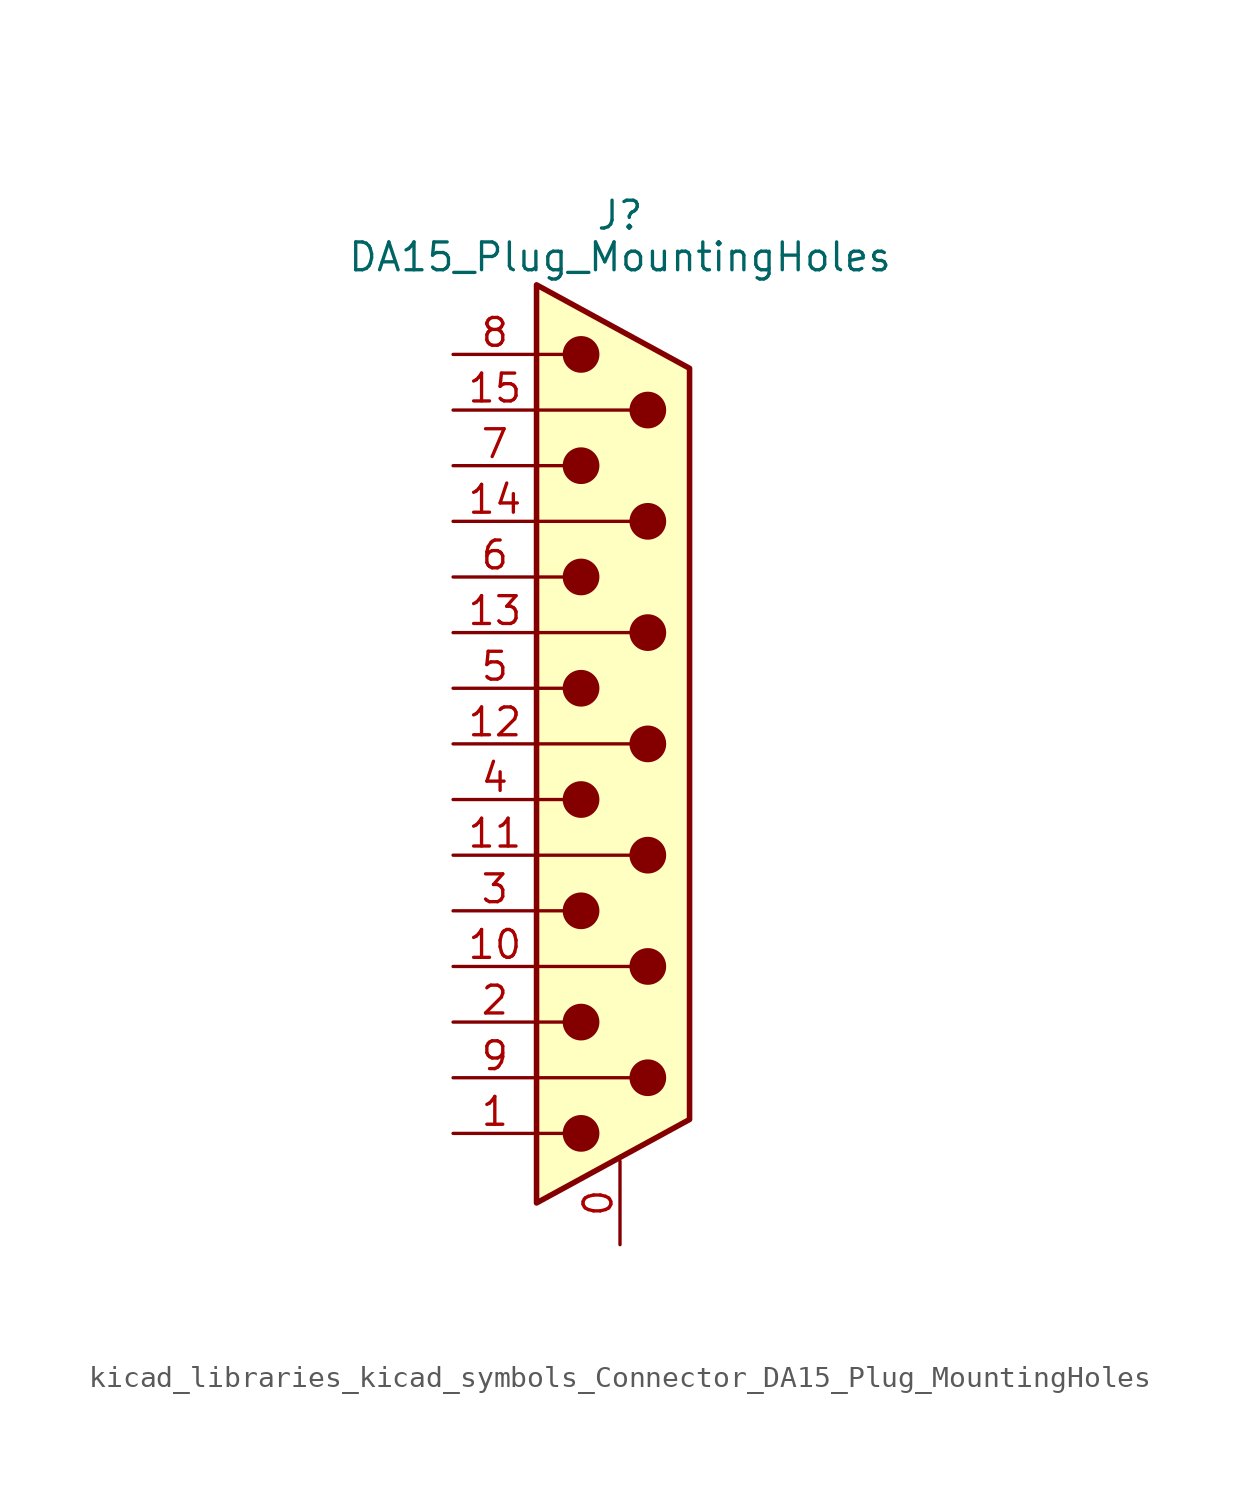
<source format=kicad_sym>
(kicad_symbol_lib
  (version 20220914)
  (generator kicad_symbol_editor)
  (symbol "kicad_libraries_kicad_symbols_Connector_DA15_Plug_MountingHoles"
    (pin_names
      (offset 1.016) hide)
    (property "Reference" "J"
      (at 0 24.13 0)
      (effects (font (size 1.27 1.27))))
    (property "Value" "DA15_Plug_MountingHoles"
      (at 0 22.225 0)
      (effects (font (size 1.27 1.27))))
    (symbol "kicad_libraries_kicad_symbols_Connector_DA15_Plug_MountingHoles_0_1"
      (circle (center -1.778 -17.78) (radius 0.762) (stroke (width 0) (type default)) (fill (type outline)))
      (circle (center -1.778 -12.7) (radius 0.762) (stroke (width 0) (type default)) (fill (type outline)))
      (circle (center -1.778 -7.62) (radius 0.762) (stroke (width 0) (type default)) (fill (type outline)))
      (circle (center -1.778 -2.54) (radius 0.762) (stroke (width 0) (type default)) (fill (type outline)))
      (circle (center -1.778 2.54) (radius 0.762) (stroke (width 0) (type default)) (fill (type outline)))
      (circle (center -1.778 7.62) (radius 0.762) (stroke (width 0) (type default)) (fill (type outline)))
      (circle (center -1.778 12.7) (radius 0.762) (stroke (width 0) (type default)) (fill (type outline)))
      (circle (center -1.778 17.78) (radius 0.762) (stroke (width 0) (type default)) (fill (type outline)))
      (polyline (pts (xy -3.81 -17.78) (xy -2.54 -17.78)) (stroke (width 0) (type default)) (fill (type none)))
      (polyline (pts (xy -3.81 -15.24) (xy 0.508 -15.24)) (stroke (width 0) (type default)) (fill (type none)))
      (polyline (pts (xy -3.81 -12.7) (xy -2.54 -12.7)) (stroke (width 0) (type default)) (fill (type none)))
      (polyline (pts (xy -3.81 -10.16) (xy 0.508 -10.16)) (stroke (width 0) (type default)) (fill (type none)))
      (polyline (pts (xy -3.81 -7.62) (xy -2.54 -7.62)) (stroke (width 0) (type default)) (fill (type none)))
      (polyline (pts (xy -3.81 -5.08) (xy 0.508 -5.08)) (stroke (width 0) (type default)) (fill (type none)))
      (polyline (pts (xy -3.81 -2.54) (xy -2.54 -2.54)) (stroke (width 0) (type default)) (fill (type none)))
      (polyline (pts (xy -3.81 0) (xy 0.508 0)) (stroke (width 0) (type default)) (fill (type none)))
      (polyline (pts (xy -3.81 2.54) (xy -2.54 2.54)) (stroke (width 0) (type default)) (fill (type none)))
      (polyline (pts (xy -3.81 5.08) (xy 0.508 5.08)) (stroke (width 0) (type default)) (fill (type none)))
      (polyline (pts (xy -3.81 7.62) (xy -2.54 7.62)) (stroke (width 0) (type default)) (fill (type none)))
      (polyline (pts (xy -3.81 10.16) (xy 0.508 10.16)) (stroke (width 0) (type default)) (fill (type none)))
      (polyline (pts (xy -3.81 12.7) (xy -2.54 12.7)) (stroke (width 0) (type default)) (fill (type none)))
      (polyline (pts (xy -3.81 15.24) (xy 0.508 15.24)) (stroke (width 0) (type default)) (fill (type none)))
      (polyline (pts (xy -3.81 17.78) (xy -2.54 17.78)) (stroke (width 0) (type default)) (fill (type none)))
      (polyline (pts (xy -3.81 -20.955) (xy 3.175 -17.145) (xy 3.175 17.145) (xy -3.81 20.955) (xy -3.81 -20.955)) (stroke (width 0.254) (type default)) (fill (type background)))
      (circle (center 1.27 -15.24) (radius 0.762) (stroke (width 0) (type default)) (fill (type outline)))
      (circle (center 1.27 -10.16) (radius 0.762) (stroke (width 0) (type default)) (fill (type outline)))
      (circle (center 1.27 -5.08) (radius 0.762) (stroke (width 0) (type default)) (fill (type outline)))
      (circle (center 1.27 0) (radius 0.762) (stroke (width 0) (type default)) (fill (type outline)))
      (circle (center 1.27 5.08) (radius 0.762) (stroke (width 0) (type default)) (fill (type outline)))
      (circle (center 1.27 10.16) (radius 0.762) (stroke (width 0) (type default)) (fill (type outline)))
      (circle (center 1.27 15.24) (radius 0.762) (stroke (width 0) (type default)) (fill (type outline))))
    (symbol "kicad_libraries_kicad_symbols_Connector_DA15_Plug_MountingHoles_1_1"
      (pin passive line (at 0 -22.86 90) (length 3.81) (name "PAD" (effects (font (size 1.27 1.27)))) (number "0" (effects (font (size 1.27 1.27)))))
      (pin passive line (at -7.62 -17.78 0) (length 3.81) (name "1" (effects (font (size 1.27 1.27)))) (number "1" (effects (font (size 1.27 1.27)))))
      (pin passive line (at -7.62 -10.16 0) (length 3.81) (name "P10" (effects (font (size 1.27 1.27)))) (number "10" (effects (font (size 1.27 1.27)))))
      (pin passive line (at -7.62 -5.08 0) (length 3.81) (name "P111" (effects (font (size 1.27 1.27)))) (number "11" (effects (font (size 1.27 1.27)))))
      (pin passive line (at -7.62 0 0) (length 3.81) (name "P12" (effects (font (size 1.27 1.27)))) (number "12" (effects (font (size 1.27 1.27)))))
      (pin passive line (at -7.62 5.08 0) (length 3.81) (name "P13" (effects (font (size 1.27 1.27)))) (number "13" (effects (font (size 1.27 1.27)))))
      (pin passive line (at -7.62 10.16 0) (length 3.81) (name "P14" (effects (font (size 1.27 1.27)))) (number "14" (effects (font (size 1.27 1.27)))))
      (pin passive line (at -7.62 15.24 0) (length 3.81) (name "P15" (effects (font (size 1.27 1.27)))) (number "15" (effects (font (size 1.27 1.27)))))
      (pin passive line (at -7.62 -12.7 0) (length 3.81) (name "2" (effects (font (size 1.27 1.27)))) (number "2" (effects (font (size 1.27 1.27)))))
      (pin passive line (at -7.62 -7.62 0) (length 3.81) (name "3" (effects (font (size 1.27 1.27)))) (number "3" (effects (font (size 1.27 1.27)))))
      (pin passive line (at -7.62 -2.54 0) (length 3.81) (name "4" (effects (font (size 1.27 1.27)))) (number "4" (effects (font (size 1.27 1.27)))))
      (pin passive line (at -7.62 2.54 0) (length 3.81) (name "5" (effects (font (size 1.27 1.27)))) (number "5" (effects (font (size 1.27 1.27)))))
      (pin passive line (at -7.62 7.62 0) (length 3.81) (name "6" (effects (font (size 1.27 1.27)))) (number "6" (effects (font (size 1.27 1.27)))))
      (pin passive line (at -7.62 12.7 0) (length 3.81) (name "7" (effects (font (size 1.27 1.27)))) (number "7" (effects (font (size 1.27 1.27)))))
      (pin passive line (at -7.62 17.78 0) (length 3.81) (name "8" (effects (font (size 1.27 1.27)))) (number "8" (effects (font (size 1.27 1.27)))))
      (pin passive line (at -7.62 -15.24 0) (length 3.81) (name "P9" (effects (font (size 1.27 1.27)))) (number "9" (effects (font (size 1.27 1.27))))))))
</source>
